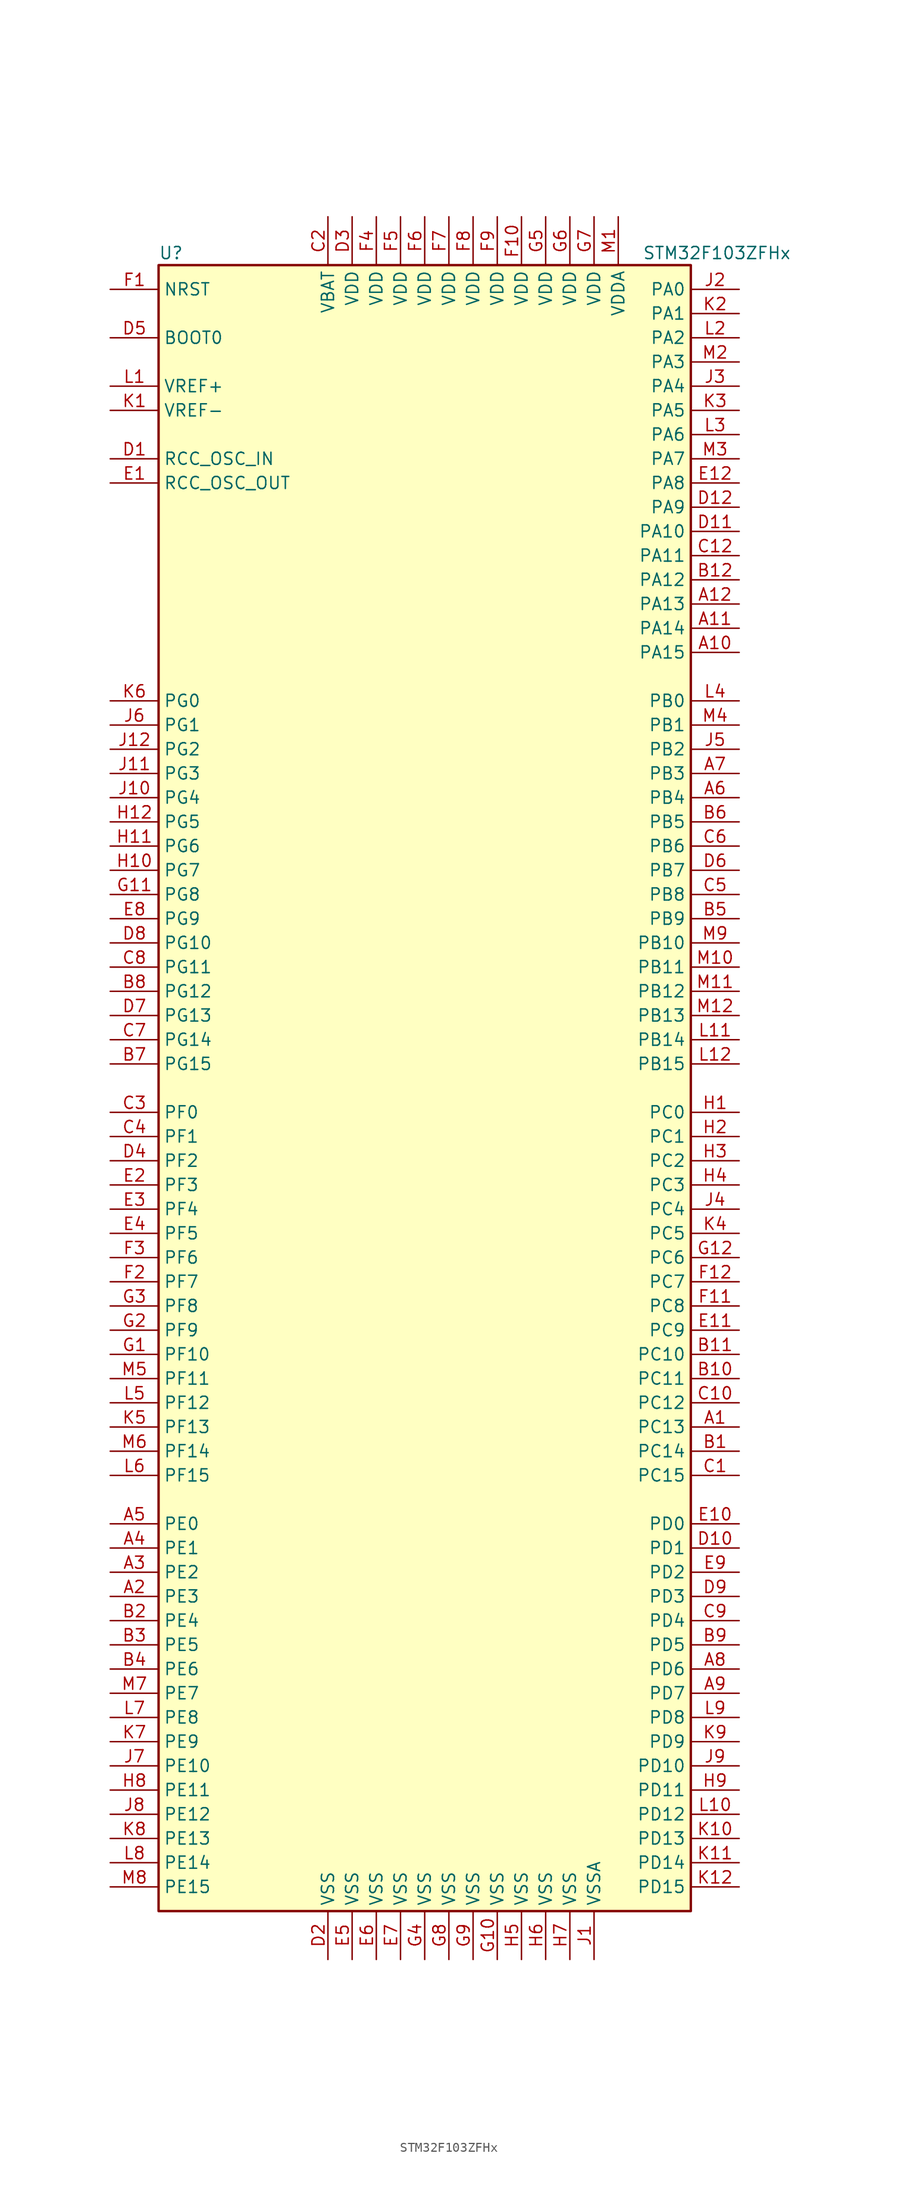
<source format=kicad_sym>
(kicad_symbol_lib
  (version 20201005)
  (generator kicad_symbol_editor)
  (symbol "STM32F103ZFHx"
    (property "Reference" "U"
      (at -27.94 87.63 0)
      (effects (font (size 1.27 1.27)) (justify left)))
    (property "Value" "STM32F103ZFHx"
      (at 22.86 87.63 0)
      (effects (font (size 1.27 1.27)) (justify left)))
    (symbol "STM32F103ZFHx_0_1"
      (rectangle (start -27.94 -86.36) (end 27.94 86.36) (stroke (width 0.254)) (fill (type background))))
    (symbol "STM32F103ZFHx_1_1"
      (pin input line (at -33.02 78.74 0) (length 5.08) (name "BOOT0" (effects (font (size 1.27 1.27)))) (number "D5" (effects (font (size 1.27 1.27)))))
      (pin no_connect line (at -27.94 -83.82 0) (length 5.08) hide (name "NC" (effects (font (size 1.27 1.27)))) (number "C11" (effects (font (size 1.27 1.27)))))
      (pin input line (at -33.02 83.82 0) (length 5.08) (name "NRST" (effects (font (size 1.27 1.27)))) (number "F1" (effects (font (size 1.27 1.27)))))
      (pin bidirectional line (at 33.02 83.82 180) (length 5.08) (name "PA0" (effects (font (size 1.27 1.27)))) (number "J2" (effects (font (size 1.27 1.27)))))
      (pin bidirectional line (at 33.02 81.28 180) (length 5.08) (name "PA1" (effects (font (size 1.27 1.27)))) (number "K2" (effects (font (size 1.27 1.27)))))
      (pin bidirectional line (at 33.02 58.42 180) (length 5.08) (name "PA10" (effects (font (size 1.27 1.27)))) (number "D11" (effects (font (size 1.27 1.27)))))
      (pin bidirectional line (at 33.02 55.88 180) (length 5.08) (name "PA11" (effects (font (size 1.27 1.27)))) (number "C12" (effects (font (size 1.27 1.27)))))
      (pin bidirectional line (at 33.02 53.34 180) (length 5.08) (name "PA12" (effects (font (size 1.27 1.27)))) (number "B12" (effects (font (size 1.27 1.27)))))
      (pin bidirectional line (at 33.02 50.8 180) (length 5.08) (name "PA13" (effects (font (size 1.27 1.27)))) (number "A12" (effects (font (size 1.27 1.27)))))
      (pin bidirectional line (at 33.02 48.26 180) (length 5.08) (name "PA14" (effects (font (size 1.27 1.27)))) (number "A11" (effects (font (size 1.27 1.27)))))
      (pin bidirectional line (at 33.02 45.72 180) (length 5.08) (name "PA15" (effects (font (size 1.27 1.27)))) (number "A10" (effects (font (size 1.27 1.27)))))
      (pin bidirectional line (at 33.02 78.74 180) (length 5.08) (name "PA2" (effects (font (size 1.27 1.27)))) (number "L2" (effects (font (size 1.27 1.27)))))
      (pin bidirectional line (at 33.02 76.2 180) (length 5.08) (name "PA3" (effects (font (size 1.27 1.27)))) (number "M2" (effects (font (size 1.27 1.27)))))
      (pin bidirectional line (at 33.02 73.66 180) (length 5.08) (name "PA4" (effects (font (size 1.27 1.27)))) (number "J3" (effects (font (size 1.27 1.27)))))
      (pin bidirectional line (at 33.02 71.12 180) (length 5.08) (name "PA5" (effects (font (size 1.27 1.27)))) (number "K3" (effects (font (size 1.27 1.27)))))
      (pin bidirectional line (at 33.02 68.58 180) (length 5.08) (name "PA6" (effects (font (size 1.27 1.27)))) (number "L3" (effects (font (size 1.27 1.27)))))
      (pin bidirectional line (at 33.02 66.04 180) (length 5.08) (name "PA7" (effects (font (size 1.27 1.27)))) (number "M3" (effects (font (size 1.27 1.27)))))
      (pin bidirectional line (at 33.02 63.5 180) (length 5.08) (name "PA8" (effects (font (size 1.27 1.27)))) (number "E12" (effects (font (size 1.27 1.27)))))
      (pin bidirectional line (at 33.02 60.96 180) (length 5.08) (name "PA9" (effects (font (size 1.27 1.27)))) (number "D12" (effects (font (size 1.27 1.27)))))
      (pin bidirectional line (at 33.02 40.64 180) (length 5.08) (name "PB0" (effects (font (size 1.27 1.27)))) (number "L4" (effects (font (size 1.27 1.27)))))
      (pin bidirectional line (at 33.02 38.1 180) (length 5.08) (name "PB1" (effects (font (size 1.27 1.27)))) (number "M4" (effects (font (size 1.27 1.27)))))
      (pin bidirectional line (at 33.02 15.24 180) (length 5.08) (name "PB10" (effects (font (size 1.27 1.27)))) (number "M9" (effects (font (size 1.27 1.27)))))
      (pin bidirectional line (at 33.02 12.7 180) (length 5.08) (name "PB11" (effects (font (size 1.27 1.27)))) (number "M10" (effects (font (size 1.27 1.27)))))
      (pin bidirectional line (at 33.02 10.16 180) (length 5.08) (name "PB12" (effects (font (size 1.27 1.27)))) (number "M11" (effects (font (size 1.27 1.27)))))
      (pin bidirectional line (at 33.02 7.62 180) (length 5.08) (name "PB13" (effects (font (size 1.27 1.27)))) (number "M12" (effects (font (size 1.27 1.27)))))
      (pin bidirectional line (at 33.02 5.08 180) (length 5.08) (name "PB14" (effects (font (size 1.27 1.27)))) (number "L11" (effects (font (size 1.27 1.27)))))
      (pin bidirectional line (at 33.02 2.54 180) (length 5.08) (name "PB15" (effects (font (size 1.27 1.27)))) (number "L12" (effects (font (size 1.27 1.27)))))
      (pin bidirectional line (at 33.02 35.56 180) (length 5.08) (name "PB2" (effects (font (size 1.27 1.27)))) (number "J5" (effects (font (size 1.27 1.27)))))
      (pin bidirectional line (at 33.02 33.02 180) (length 5.08) (name "PB3" (effects (font (size 1.27 1.27)))) (number "A7" (effects (font (size 1.27 1.27)))))
      (pin bidirectional line (at 33.02 30.48 180) (length 5.08) (name "PB4" (effects (font (size 1.27 1.27)))) (number "A6" (effects (font (size 1.27 1.27)))))
      (pin bidirectional line (at 33.02 27.94 180) (length 5.08) (name "PB5" (effects (font (size 1.27 1.27)))) (number "B6" (effects (font (size 1.27 1.27)))))
      (pin bidirectional line (at 33.02 25.4 180) (length 5.08) (name "PB6" (effects (font (size 1.27 1.27)))) (number "C6" (effects (font (size 1.27 1.27)))))
      (pin bidirectional line (at 33.02 22.86 180) (length 5.08) (name "PB7" (effects (font (size 1.27 1.27)))) (number "D6" (effects (font (size 1.27 1.27)))))
      (pin bidirectional line (at 33.02 20.32 180) (length 5.08) (name "PB8" (effects (font (size 1.27 1.27)))) (number "C5" (effects (font (size 1.27 1.27)))))
      (pin bidirectional line (at 33.02 17.78 180) (length 5.08) (name "PB9" (effects (font (size 1.27 1.27)))) (number "B5" (effects (font (size 1.27 1.27)))))
      (pin bidirectional line (at 33.02 -2.54 180) (length 5.08) (name "PC0" (effects (font (size 1.27 1.27)))) (number "H1" (effects (font (size 1.27 1.27)))))
      (pin bidirectional line (at 33.02 -5.08 180) (length 5.08) (name "PC1" (effects (font (size 1.27 1.27)))) (number "H2" (effects (font (size 1.27 1.27)))))
      (pin bidirectional line (at 33.02 -27.94 180) (length 5.08) (name "PC10" (effects (font (size 1.27 1.27)))) (number "B11" (effects (font (size 1.27 1.27)))))
      (pin bidirectional line (at 33.02 -30.48 180) (length 5.08) (name "PC11" (effects (font (size 1.27 1.27)))) (number "B10" (effects (font (size 1.27 1.27)))))
      (pin bidirectional line (at 33.02 -33.02 180) (length 5.08) (name "PC12" (effects (font (size 1.27 1.27)))) (number "C10" (effects (font (size 1.27 1.27)))))
      (pin bidirectional line (at 33.02 -35.56 180) (length 5.08) (name "PC13" (effects (font (size 1.27 1.27)))) (number "A1" (effects (font (size 1.27 1.27)))))
      (pin bidirectional line (at 33.02 -38.1 180) (length 5.08) (name "PC14" (effects (font (size 1.27 1.27)))) (number "B1" (effects (font (size 1.27 1.27)))))
      (pin bidirectional line (at 33.02 -40.64 180) (length 5.08) (name "PC15" (effects (font (size 1.27 1.27)))) (number "C1" (effects (font (size 1.27 1.27)))))
      (pin bidirectional line (at 33.02 -7.62 180) (length 5.08) (name "PC2" (effects (font (size 1.27 1.27)))) (number "H3" (effects (font (size 1.27 1.27)))))
      (pin bidirectional line (at 33.02 -10.16 180) (length 5.08) (name "PC3" (effects (font (size 1.27 1.27)))) (number "H4" (effects (font (size 1.27 1.27)))))
      (pin bidirectional line (at 33.02 -12.7 180) (length 5.08) (name "PC4" (effects (font (size 1.27 1.27)))) (number "J4" (effects (font (size 1.27 1.27)))))
      (pin bidirectional line (at 33.02 -15.24 180) (length 5.08) (name "PC5" (effects (font (size 1.27 1.27)))) (number "K4" (effects (font (size 1.27 1.27)))))
      (pin bidirectional line (at 33.02 -17.78 180) (length 5.08) (name "PC6" (effects (font (size 1.27 1.27)))) (number "G12" (effects (font (size 1.27 1.27)))))
      (pin bidirectional line (at 33.02 -20.32 180) (length 5.08) (name "PC7" (effects (font (size 1.27 1.27)))) (number "F12" (effects (font (size 1.27 1.27)))))
      (pin bidirectional line (at 33.02 -22.86 180) (length 5.08) (name "PC8" (effects (font (size 1.27 1.27)))) (number "F11" (effects (font (size 1.27 1.27)))))
      (pin bidirectional line (at 33.02 -25.4 180) (length 5.08) (name "PC9" (effects (font (size 1.27 1.27)))) (number "E11" (effects (font (size 1.27 1.27)))))
      (pin bidirectional line (at 33.02 -45.72 180) (length 5.08) (name "PD0" (effects (font (size 1.27 1.27)))) (number "E10" (effects (font (size 1.27 1.27)))))
      (pin bidirectional line (at 33.02 -48.26 180) (length 5.08) (name "PD1" (effects (font (size 1.27 1.27)))) (number "D10" (effects (font (size 1.27 1.27)))))
      (pin bidirectional line (at 33.02 -71.12 180) (length 5.08) (name "PD10" (effects (font (size 1.27 1.27)))) (number "J9" (effects (font (size 1.27 1.27)))))
      (pin bidirectional line (at 33.02 -73.66 180) (length 5.08) (name "PD11" (effects (font (size 1.27 1.27)))) (number "H9" (effects (font (size 1.27 1.27)))))
      (pin bidirectional line (at 33.02 -76.2 180) (length 5.08) (name "PD12" (effects (font (size 1.27 1.27)))) (number "L10" (effects (font (size 1.27 1.27)))))
      (pin bidirectional line (at 33.02 -78.74 180) (length 5.08) (name "PD13" (effects (font (size 1.27 1.27)))) (number "K10" (effects (font (size 1.27 1.27)))))
      (pin bidirectional line (at 33.02 -81.28 180) (length 5.08) (name "PD14" (effects (font (size 1.27 1.27)))) (number "K11" (effects (font (size 1.27 1.27)))))
      (pin bidirectional line (at 33.02 -83.82 180) (length 5.08) (name "PD15" (effects (font (size 1.27 1.27)))) (number "K12" (effects (font (size 1.27 1.27)))))
      (pin bidirectional line (at 33.02 -50.8 180) (length 5.08) (name "PD2" (effects (font (size 1.27 1.27)))) (number "E9" (effects (font (size 1.27 1.27)))))
      (pin bidirectional line (at 33.02 -53.34 180) (length 5.08) (name "PD3" (effects (font (size 1.27 1.27)))) (number "D9" (effects (font (size 1.27 1.27)))))
      (pin bidirectional line (at 33.02 -55.88 180) (length 5.08) (name "PD4" (effects (font (size 1.27 1.27)))) (number "C9" (effects (font (size 1.27 1.27)))))
      (pin bidirectional line (at 33.02 -58.42 180) (length 5.08) (name "PD5" (effects (font (size 1.27 1.27)))) (number "B9" (effects (font (size 1.27 1.27)))))
      (pin bidirectional line (at 33.02 -60.96 180) (length 5.08) (name "PD6" (effects (font (size 1.27 1.27)))) (number "A8" (effects (font (size 1.27 1.27)))))
      (pin bidirectional line (at 33.02 -63.5 180) (length 5.08) (name "PD7" (effects (font (size 1.27 1.27)))) (number "A9" (effects (font (size 1.27 1.27)))))
      (pin bidirectional line (at 33.02 -66.04 180) (length 5.08) (name "PD8" (effects (font (size 1.27 1.27)))) (number "L9" (effects (font (size 1.27 1.27)))))
      (pin bidirectional line (at 33.02 -68.58 180) (length 5.08) (name "PD9" (effects (font (size 1.27 1.27)))) (number "K9" (effects (font (size 1.27 1.27)))))
      (pin bidirectional line (at -33.02 -45.72 0) (length 5.08) (name "PE0" (effects (font (size 1.27 1.27)))) (number "A5" (effects (font (size 1.27 1.27)))))
      (pin bidirectional line (at -33.02 -48.26 0) (length 5.08) (name "PE1" (effects (font (size 1.27 1.27)))) (number "A4" (effects (font (size 1.27 1.27)))))
      (pin bidirectional line (at -33.02 -71.12 0) (length 5.08) (name "PE10" (effects (font (size 1.27 1.27)))) (number "J7" (effects (font (size 1.27 1.27)))))
      (pin bidirectional line (at -33.02 -73.66 0) (length 5.08) (name "PE11" (effects (font (size 1.27 1.27)))) (number "H8" (effects (font (size 1.27 1.27)))))
      (pin bidirectional line (at -33.02 -76.2 0) (length 5.08) (name "PE12" (effects (font (size 1.27 1.27)))) (number "J8" (effects (font (size 1.27 1.27)))))
      (pin bidirectional line (at -33.02 -78.74 0) (length 5.08) (name "PE13" (effects (font (size 1.27 1.27)))) (number "K8" (effects (font (size 1.27 1.27)))))
      (pin bidirectional line (at -33.02 -81.28 0) (length 5.08) (name "PE14" (effects (font (size 1.27 1.27)))) (number "L8" (effects (font (size 1.27 1.27)))))
      (pin bidirectional line (at -33.02 -83.82 0) (length 5.08) (name "PE15" (effects (font (size 1.27 1.27)))) (number "M8" (effects (font (size 1.27 1.27)))))
      (pin bidirectional line (at -33.02 -50.8 0) (length 5.08) (name "PE2" (effects (font (size 1.27 1.27)))) (number "A3" (effects (font (size 1.27 1.27)))))
      (pin bidirectional line (at -33.02 -53.34 0) (length 5.08) (name "PE3" (effects (font (size 1.27 1.27)))) (number "A2" (effects (font (size 1.27 1.27)))))
      (pin bidirectional line (at -33.02 -55.88 0) (length 5.08) (name "PE4" (effects (font (size 1.27 1.27)))) (number "B2" (effects (font (size 1.27 1.27)))))
      (pin bidirectional line (at -33.02 -58.42 0) (length 5.08) (name "PE5" (effects (font (size 1.27 1.27)))) (number "B3" (effects (font (size 1.27 1.27)))))
      (pin bidirectional line (at -33.02 -60.96 0) (length 5.08) (name "PE6" (effects (font (size 1.27 1.27)))) (number "B4" (effects (font (size 1.27 1.27)))))
      (pin bidirectional line (at -33.02 -63.5 0) (length 5.08) (name "PE7" (effects (font (size 1.27 1.27)))) (number "M7" (effects (font (size 1.27 1.27)))))
      (pin bidirectional line (at -33.02 -66.04 0) (length 5.08) (name "PE8" (effects (font (size 1.27 1.27)))) (number "L7" (effects (font (size 1.27 1.27)))))
      (pin bidirectional line (at -33.02 -68.58 0) (length 5.08) (name "PE9" (effects (font (size 1.27 1.27)))) (number "K7" (effects (font (size 1.27 1.27)))))
      (pin bidirectional line (at -33.02 -2.54 0) (length 5.08) (name "PF0" (effects (font (size 1.27 1.27)))) (number "C3" (effects (font (size 1.27 1.27)))))
      (pin bidirectional line (at -33.02 -5.08 0) (length 5.08) (name "PF1" (effects (font (size 1.27 1.27)))) (number "C4" (effects (font (size 1.27 1.27)))))
      (pin bidirectional line (at -33.02 -27.94 0) (length 5.08) (name "PF10" (effects (font (size 1.27 1.27)))) (number "G1" (effects (font (size 1.27 1.27)))))
      (pin bidirectional line (at -33.02 -30.48 0) (length 5.08) (name "PF11" (effects (font (size 1.27 1.27)))) (number "M5" (effects (font (size 1.27 1.27)))))
      (pin bidirectional line (at -33.02 -33.02 0) (length 5.08) (name "PF12" (effects (font (size 1.27 1.27)))) (number "L5" (effects (font (size 1.27 1.27)))))
      (pin bidirectional line (at -33.02 -35.56 0) (length 5.08) (name "PF13" (effects (font (size 1.27 1.27)))) (number "K5" (effects (font (size 1.27 1.27)))))
      (pin bidirectional line (at -33.02 -38.1 0) (length 5.08) (name "PF14" (effects (font (size 1.27 1.27)))) (number "M6" (effects (font (size 1.27 1.27)))))
      (pin bidirectional line (at -33.02 -40.64 0) (length 5.08) (name "PF15" (effects (font (size 1.27 1.27)))) (number "L6" (effects (font (size 1.27 1.27)))))
      (pin bidirectional line (at -33.02 -7.62 0) (length 5.08) (name "PF2" (effects (font (size 1.27 1.27)))) (number "D4" (effects (font (size 1.27 1.27)))))
      (pin bidirectional line (at -33.02 -10.16 0) (length 5.08) (name "PF3" (effects (font (size 1.27 1.27)))) (number "E2" (effects (font (size 1.27 1.27)))))
      (pin bidirectional line (at -33.02 -12.7 0) (length 5.08) (name "PF4" (effects (font (size 1.27 1.27)))) (number "E3" (effects (font (size 1.27 1.27)))))
      (pin bidirectional line (at -33.02 -15.24 0) (length 5.08) (name "PF5" (effects (font (size 1.27 1.27)))) (number "E4" (effects (font (size 1.27 1.27)))))
      (pin bidirectional line (at -33.02 -17.78 0) (length 5.08) (name "PF6" (effects (font (size 1.27 1.27)))) (number "F3" (effects (font (size 1.27 1.27)))))
      (pin bidirectional line (at -33.02 -20.32 0) (length 5.08) (name "PF7" (effects (font (size 1.27 1.27)))) (number "F2" (effects (font (size 1.27 1.27)))))
      (pin bidirectional line (at -33.02 -22.86 0) (length 5.08) (name "PF8" (effects (font (size 1.27 1.27)))) (number "G3" (effects (font (size 1.27 1.27)))))
      (pin bidirectional line (at -33.02 -25.4 0) (length 5.08) (name "PF9" (effects (font (size 1.27 1.27)))) (number "G2" (effects (font (size 1.27 1.27)))))
      (pin bidirectional line (at -33.02 40.64 0) (length 5.08) (name "PG0" (effects (font (size 1.27 1.27)))) (number "K6" (effects (font (size 1.27 1.27)))))
      (pin bidirectional line (at -33.02 38.1 0) (length 5.08) (name "PG1" (effects (font (size 1.27 1.27)))) (number "J6" (effects (font (size 1.27 1.27)))))
      (pin bidirectional line (at -33.02 15.24 0) (length 5.08) (name "PG10" (effects (font (size 1.27 1.27)))) (number "D8" (effects (font (size 1.27 1.27)))))
      (pin bidirectional line (at -33.02 12.7 0) (length 5.08) (name "PG11" (effects (font (size 1.27 1.27)))) (number "C8" (effects (font (size 1.27 1.27)))))
      (pin bidirectional line (at -33.02 10.16 0) (length 5.08) (name "PG12" (effects (font (size 1.27 1.27)))) (number "B8" (effects (font (size 1.27 1.27)))))
      (pin bidirectional line (at -33.02 7.62 0) (length 5.08) (name "PG13" (effects (font (size 1.27 1.27)))) (number "D7" (effects (font (size 1.27 1.27)))))
      (pin bidirectional line (at -33.02 5.08 0) (length 5.08) (name "PG14" (effects (font (size 1.27 1.27)))) (number "C7" (effects (font (size 1.27 1.27)))))
      (pin bidirectional line (at -33.02 2.54 0) (length 5.08) (name "PG15" (effects (font (size 1.27 1.27)))) (number "B7" (effects (font (size 1.27 1.27)))))
      (pin bidirectional line (at -33.02 35.56 0) (length 5.08) (name "PG2" (effects (font (size 1.27 1.27)))) (number "J12" (effects (font (size 1.27 1.27)))))
      (pin bidirectional line (at -33.02 33.02 0) (length 5.08) (name "PG3" (effects (font (size 1.27 1.27)))) (number "J11" (effects (font (size 1.27 1.27)))))
      (pin bidirectional line (at -33.02 30.48 0) (length 5.08) (name "PG4" (effects (font (size 1.27 1.27)))) (number "J10" (effects (font (size 1.27 1.27)))))
      (pin bidirectional line (at -33.02 27.94 0) (length 5.08) (name "PG5" (effects (font (size 1.27 1.27)))) (number "H12" (effects (font (size 1.27 1.27)))))
      (pin bidirectional line (at -33.02 25.4 0) (length 5.08) (name "PG6" (effects (font (size 1.27 1.27)))) (number "H11" (effects (font (size 1.27 1.27)))))
      (pin bidirectional line (at -33.02 22.86 0) (length 5.08) (name "PG7" (effects (font (size 1.27 1.27)))) (number "H10" (effects (font (size 1.27 1.27)))))
      (pin bidirectional line (at -33.02 20.32 0) (length 5.08) (name "PG8" (effects (font (size 1.27 1.27)))) (number "G11" (effects (font (size 1.27 1.27)))))
      (pin bidirectional line (at -33.02 17.78 0) (length 5.08) (name "PG9" (effects (font (size 1.27 1.27)))) (number "E8" (effects (font (size 1.27 1.27)))))
      (pin input line (at -33.02 66.04 0) (length 5.08) (name "RCC_OSC_IN" (effects (font (size 1.27 1.27)))) (number "D1" (effects (font (size 1.27 1.27)))))
      (pin input line (at -33.02 63.5 0) (length 5.08) (name "RCC_OSC_OUT" (effects (font (size 1.27 1.27)))) (number "E1" (effects (font (size 1.27 1.27)))))
      (pin power_in line (at -10.16 91.44 270) (length 5.08) (name "VBAT" (effects (font (size 1.27 1.27)))) (number "C2" (effects (font (size 1.27 1.27)))))
      (pin power_in line (at -7.62 91.44 270) (length 5.08) (name "VDD" (effects (font (size 1.27 1.27)))) (number "D3" (effects (font (size 1.27 1.27)))))
      (pin power_in line (at 10.16 91.44 270) (length 5.08) (name "VDD" (effects (font (size 1.27 1.27)))) (number "F10" (effects (font (size 1.27 1.27)))))
      (pin power_in line (at -5.08 91.44 270) (length 5.08) (name "VDD" (effects (font (size 1.27 1.27)))) (number "F4" (effects (font (size 1.27 1.27)))))
      (pin power_in line (at -2.54 91.44 270) (length 5.08) (name "VDD" (effects (font (size 1.27 1.27)))) (number "F5" (effects (font (size 1.27 1.27)))))
      (pin power_in line (at 0 91.44 270) (length 5.08) (name "VDD" (effects (font (size 1.27 1.27)))) (number "F6" (effects (font (size 1.27 1.27)))))
      (pin power_in line (at 2.54 91.44 270) (length 5.08) (name "VDD" (effects (font (size 1.27 1.27)))) (number "F7" (effects (font (size 1.27 1.27)))))
      (pin power_in line (at 5.08 91.44 270) (length 5.08) (name "VDD" (effects (font (size 1.27 1.27)))) (number "F8" (effects (font (size 1.27 1.27)))))
      (pin power_in line (at 7.62 91.44 270) (length 5.08) (name "VDD" (effects (font (size 1.27 1.27)))) (number "F9" (effects (font (size 1.27 1.27)))))
      (pin power_in line (at 12.7 91.44 270) (length 5.08) (name "VDD" (effects (font (size 1.27 1.27)))) (number "G5" (effects (font (size 1.27 1.27)))))
      (pin power_in line (at 15.24 91.44 270) (length 5.08) (name "VDD" (effects (font (size 1.27 1.27)))) (number "G6" (effects (font (size 1.27 1.27)))))
      (pin power_in line (at 17.78 91.44 270) (length 5.08) (name "VDD" (effects (font (size 1.27 1.27)))) (number "G7" (effects (font (size 1.27 1.27)))))
      (pin power_in line (at 20.32 91.44 270) (length 5.08) (name "VDDA" (effects (font (size 1.27 1.27)))) (number "M1" (effects (font (size 1.27 1.27)))))
      (pin power_in line (at -33.02 73.66 0) (length 5.08) (name "VREF+" (effects (font (size 1.27 1.27)))) (number "L1" (effects (font (size 1.27 1.27)))))
      (pin power_in line (at -33.02 71.12 0) (length 5.08) (name "VREF-" (effects (font (size 1.27 1.27)))) (number "K1" (effects (font (size 1.27 1.27)))))
      (pin power_in line (at -10.16 -91.44 90) (length 5.08) (name "VSS" (effects (font (size 1.27 1.27)))) (number "D2" (effects (font (size 1.27 1.27)))))
      (pin power_in line (at -7.62 -91.44 90) (length 5.08) (name "VSS" (effects (font (size 1.27 1.27)))) (number "E5" (effects (font (size 1.27 1.27)))))
      (pin power_in line (at -5.08 -91.44 90) (length 5.08) (name "VSS" (effects (font (size 1.27 1.27)))) (number "E6" (effects (font (size 1.27 1.27)))))
      (pin power_in line (at -2.54 -91.44 90) (length 5.08) (name "VSS" (effects (font (size 1.27 1.27)))) (number "E7" (effects (font (size 1.27 1.27)))))
      (pin power_in line (at 7.62 -91.44 90) (length 5.08) (name "VSS" (effects (font (size 1.27 1.27)))) (number "G10" (effects (font (size 1.27 1.27)))))
      (pin power_in line (at 0 -91.44 90) (length 5.08) (name "VSS" (effects (font (size 1.27 1.27)))) (number "G4" (effects (font (size 1.27 1.27)))))
      (pin power_in line (at 2.54 -91.44 90) (length 5.08) (name "VSS" (effects (font (size 1.27 1.27)))) (number "G8" (effects (font (size 1.27 1.27)))))
      (pin power_in line (at 5.08 -91.44 90) (length 5.08) (name "VSS" (effects (font (size 1.27 1.27)))) (number "G9" (effects (font (size 1.27 1.27)))))
      (pin power_in line (at 10.16 -91.44 90) (length 5.08) (name "VSS" (effects (font (size 1.27 1.27)))) (number "H5" (effects (font (size 1.27 1.27)))))
      (pin power_in line (at 12.7 -91.44 90) (length 5.08) (name "VSS" (effects (font (size 1.27 1.27)))) (number "H6" (effects (font (size 1.27 1.27)))))
      (pin power_in line (at 15.24 -91.44 90) (length 5.08) (name "VSS" (effects (font (size 1.27 1.27)))) (number "H7" (effects (font (size 1.27 1.27)))))
      (pin power_in line (at 17.78 -91.44 90) (length 5.08) (name "VSSA" (effects (font (size 1.27 1.27)))) (number "J1" (effects (font (size 1.27 1.27))))))))
</source>
